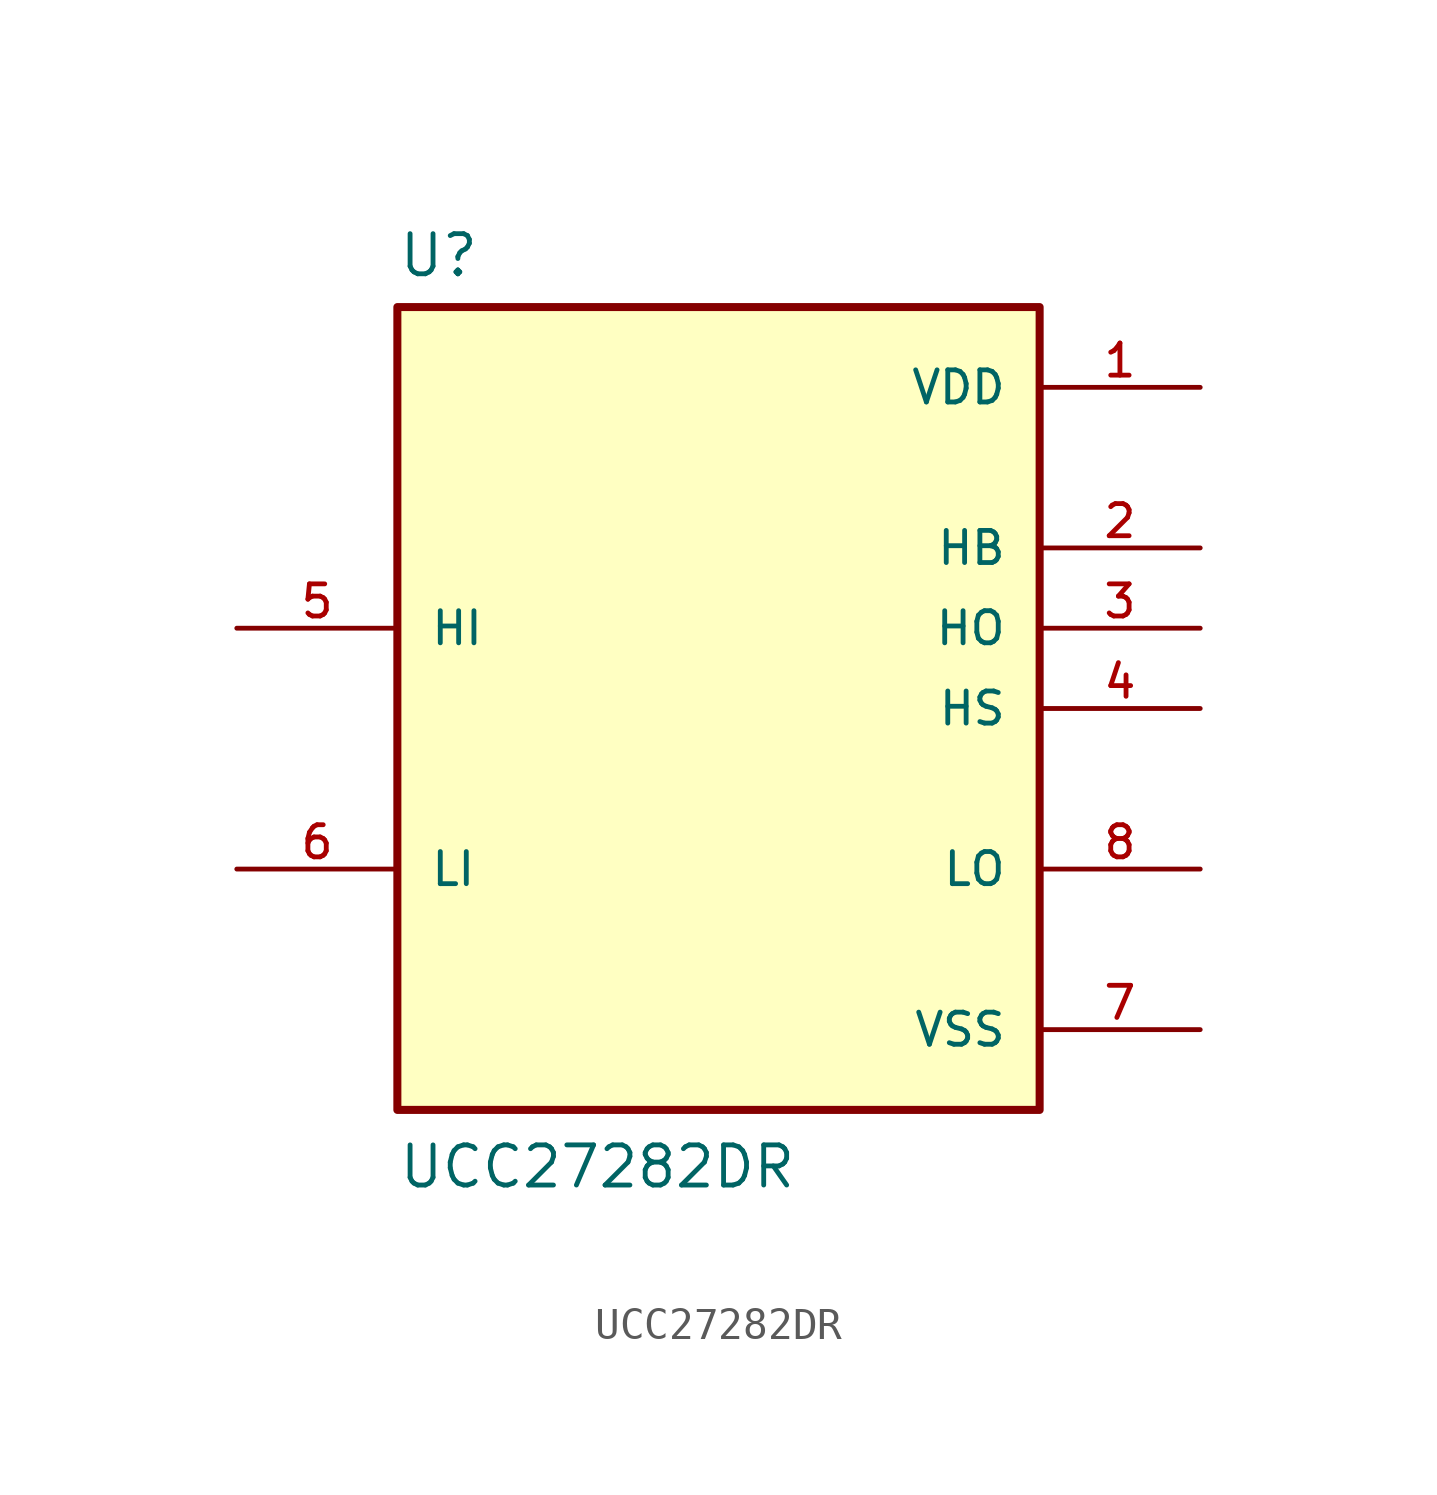
<source format=kicad_sym>
(kicad_symbol_lib
  (version 20211014)
  (generator kicad_symbol_editor)
  (symbol "UCC27282DR"
    (pin_names
      (offset 1.016))
    (property "Reference" "U"
      (at -10.16 13.589 0)
      (effects (font (size 1.27 1.27)) (justify bottom left)))
    (property "Value" "UCC27282DR"
      (at -10.16 -15.24 0)
      (effects (font (size 1.27 1.27)) (justify bottom left)))
    (symbol "UCC27282DR_0_0"
      (rectangle (start -10.16 -12.7) (end 10.16 12.7) (stroke (width 0.254)) (fill (type background)))
      (pin passive line (at 15.24 5.08 180.0) (length 5.08) (name "HB" (effects (font (size 1.016 1.016)))) (number "2" (effects (font (size 1.016 1.016)))))
      (pin input line (at -15.24 2.54 0) (length 5.08) (name "HI" (effects (font (size 1.016 1.016)))) (number "5" (effects (font (size 1.016 1.016)))))
      (pin output line (at 15.24 2.54 180.0) (length 5.08) (name "HO" (effects (font (size 1.016 1.016)))) (number "3" (effects (font (size 1.016 1.016)))))
      (pin passive line (at 15.24 0.0 180.0) (length 5.08) (name "HS" (effects (font (size 1.016 1.016)))) (number "4" (effects (font (size 1.016 1.016)))))
      (pin input line (at -15.24 -5.08 0) (length 5.08) (name "LI" (effects (font (size 1.016 1.016)))) (number "6" (effects (font (size 1.016 1.016)))))
      (pin output line (at 15.24 -5.08 180.0) (length 5.08) (name "LO" (effects (font (size 1.016 1.016)))) (number "8" (effects (font (size 1.016 1.016)))))
      (pin power_in line (at 15.24 10.16 180.0) (length 5.08) (name "VDD" (effects (font (size 1.016 1.016)))) (number "1" (effects (font (size 1.016 1.016)))))
      (pin power_in line (at 15.24 -10.16 180.0) (length 5.08) (name "VSS" (effects (font (size 1.016 1.016)))) (number "7" (effects (font (size 1.016 1.016))))))))
</source>
